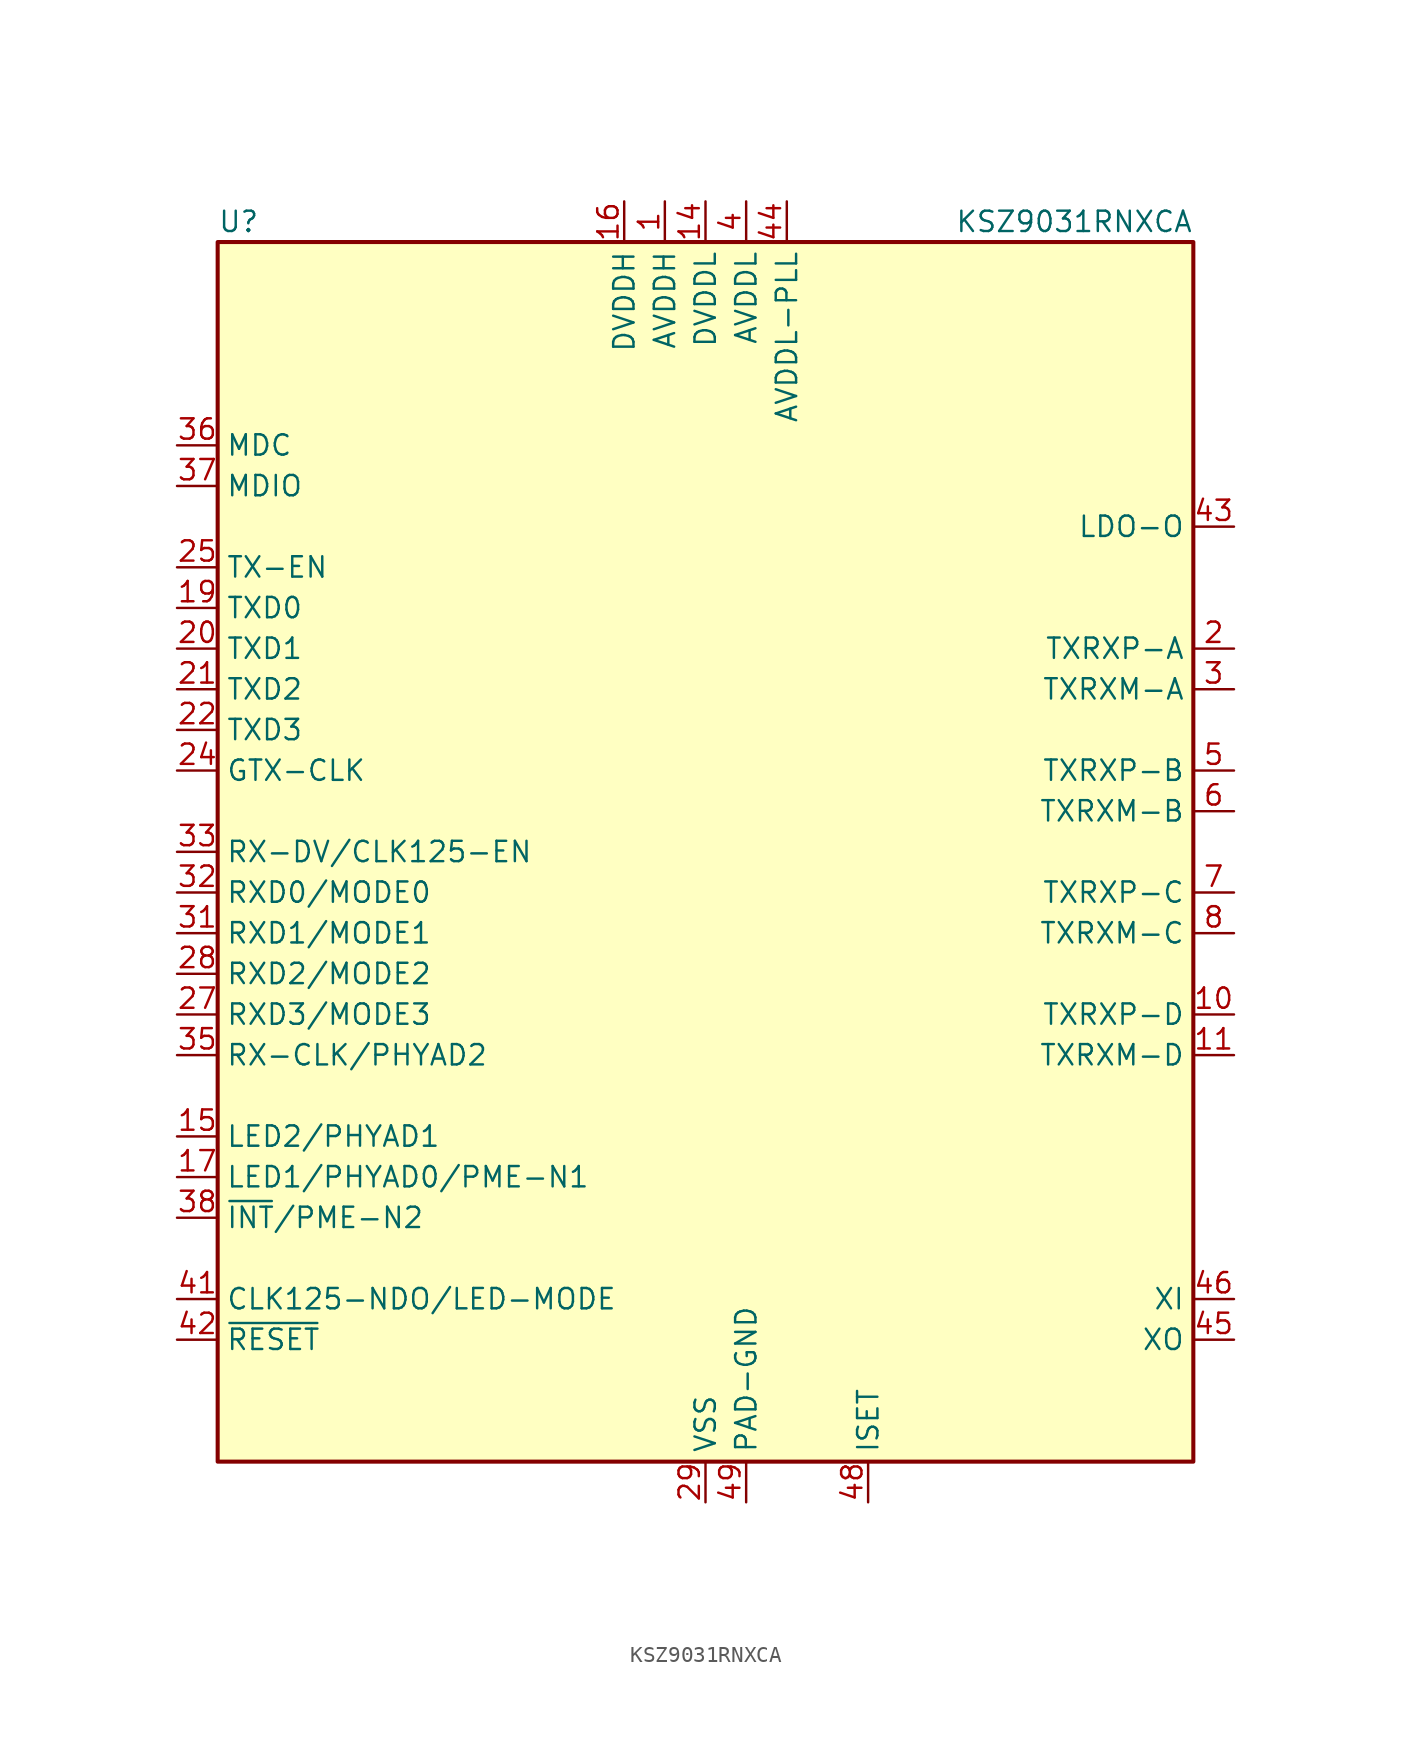
<source format=kicad_sym>
(kicad_symbol_lib
  (version 20211014)
  (generator kicad_symbol_editor)
  (symbol "KSZ9031RNXCA"
    (property "Reference" "U"
      (at -30.48 39.37 0)
      (effects (font (size 1.27 1.27)) (justify left)))
    (property "Value" "KSZ9031RNXCA"
      (at 30.48 39.37 0)
      (effects (font (size 1.27 1.27)) (justify right)))
    (symbol "KSZ9031RNXCA_0_1"
      (rectangle (start -30.48 38.1) (end 30.48 -38.1) (stroke (width 0.254) (type default) (color 0 0 0 0)) (fill (type background))))
    (symbol "KSZ9031RNXCA_1_1"
      (pin power_in line (at -2.54 40.64 270) (length 2.54) (name "AVDDH" (effects (font (size 1.27 1.27)))) (number "1" (effects (font (size 1.27 1.27)))))
      (pin input line (at 33.02 -10.16 180) (length 2.54) (name "TXRXP-D" (effects (font (size 1.27 1.27)))) (number "10" (effects (font (size 1.27 1.27)))))
      (pin input line (at 33.02 -12.7 180) (length 2.54) (name "TXRXM-D" (effects (font (size 1.27 1.27)))) (number "11" (effects (font (size 1.27 1.27)))))
      (pin passive line (at -2.54 40.64 270) (length 2.54) hide (name "AVDDH" (effects (font (size 1.27 1.27)))) (number "12" (effects (font (size 1.27 1.27)))))
      (pin no_connect line (at -3.81 8.89 180) (length 2.54) hide (name "NC" (effects (font (size 1.27 1.27)))) (number "13" (effects (font (size 1.27 1.27)))))
      (pin power_in line (at 0 40.64 270) (length 2.54) (name "DVDDL" (effects (font (size 1.27 1.27)))) (number "14" (effects (font (size 1.27 1.27)))))
      (pin bidirectional line (at -33.02 -17.78 0) (length 2.54) (name "LED2/PHYAD1" (effects (font (size 1.27 1.27)))) (number "15" (effects (font (size 1.27 1.27)))))
      (pin power_in line (at -5.08 40.64 270) (length 2.54) (name "DVDDH" (effects (font (size 1.27 1.27)))) (number "16" (effects (font (size 1.27 1.27)))))
      (pin bidirectional line (at -33.02 -20.32 0) (length 2.54) (name "LED1/PHYAD0/PME-N1" (effects (font (size 1.27 1.27)))) (number "17" (effects (font (size 1.27 1.27)))))
      (pin passive line (at 0 40.64 270) (length 2.54) hide (name "DVDDL" (effects (font (size 1.27 1.27)))) (number "18" (effects (font (size 1.27 1.27)))))
      (pin input line (at -33.02 15.24 0) (length 2.54) (name "TXD0" (effects (font (size 1.27 1.27)))) (number "19" (effects (font (size 1.27 1.27)))))
      (pin input line (at 33.02 12.7 180) (length 2.54) (name "TXRXP-A" (effects (font (size 1.27 1.27)))) (number "2" (effects (font (size 1.27 1.27)))))
      (pin input line (at -33.02 12.7 0) (length 2.54) (name "TXD1" (effects (font (size 1.27 1.27)))) (number "20" (effects (font (size 1.27 1.27)))))
      (pin input line (at -33.02 10.16 0) (length 2.54) (name "TXD2" (effects (font (size 1.27 1.27)))) (number "21" (effects (font (size 1.27 1.27)))))
      (pin input line (at -33.02 7.62 0) (length 2.54) (name "TXD3" (effects (font (size 1.27 1.27)))) (number "22" (effects (font (size 1.27 1.27)))))
      (pin passive line (at 0 40.64 270) (length 2.54) hide (name "DVDDL" (effects (font (size 1.27 1.27)))) (number "23" (effects (font (size 1.27 1.27)))))
      (pin input line (at -33.02 5.08 0) (length 2.54) (name "GTX-CLK" (effects (font (size 1.27 1.27)))) (number "24" (effects (font (size 1.27 1.27)))))
      (pin input line (at -33.02 17.78 0) (length 2.54) (name "TX-EN" (effects (font (size 1.27 1.27)))) (number "25" (effects (font (size 1.27 1.27)))))
      (pin passive line (at 0 40.64 270) (length 2.54) hide (name "DVDDL" (effects (font (size 1.27 1.27)))) (number "26" (effects (font (size 1.27 1.27)))))
      (pin input line (at -33.02 -10.16 0) (length 2.54) (name "RXD3/MODE3" (effects (font (size 1.27 1.27)))) (number "27" (effects (font (size 1.27 1.27)))))
      (pin input line (at -33.02 -7.62 0) (length 2.54) (name "RXD2/MODE2" (effects (font (size 1.27 1.27)))) (number "28" (effects (font (size 1.27 1.27)))))
      (pin power_in line (at 0 -40.64 90) (length 2.54) (name "VSS" (effects (font (size 1.27 1.27)))) (number "29" (effects (font (size 1.27 1.27)))))
      (pin input line (at 33.02 10.16 180) (length 2.54) (name "TXRXM-A" (effects (font (size 1.27 1.27)))) (number "3" (effects (font (size 1.27 1.27)))))
      (pin passive line (at 0 40.64 270) (length 2.54) hide (name "DVDDL" (effects (font (size 1.27 1.27)))) (number "30" (effects (font (size 1.27 1.27)))))
      (pin input line (at -33.02 -5.08 0) (length 2.54) (name "RXD1/MODE1" (effects (font (size 1.27 1.27)))) (number "31" (effects (font (size 1.27 1.27)))))
      (pin input line (at -33.02 -2.54 0) (length 2.54) (name "RXD0/MODE0" (effects (font (size 1.27 1.27)))) (number "32" (effects (font (size 1.27 1.27)))))
      (pin input line (at -33.02 0 0) (length 2.54) (name "RX-DV/CLK125-EN" (effects (font (size 1.27 1.27)))) (number "33" (effects (font (size 1.27 1.27)))))
      (pin passive line (at -5.08 40.64 270) (length 2.54) hide (name "DVDDH" (effects (font (size 1.27 1.27)))) (number "34" (effects (font (size 1.27 1.27)))))
      (pin input line (at -33.02 -12.7 0) (length 2.54) (name "RX-CLK/PHYAD2" (effects (font (size 1.27 1.27)))) (number "35" (effects (font (size 1.27 1.27)))))
      (pin input line (at -33.02 25.4 0) (length 2.54) (name "MDC" (effects (font (size 1.27 1.27)))) (number "36" (effects (font (size 1.27 1.27)))))
      (pin input line (at -33.02 22.86 0) (length 2.54) (name "MDIO" (effects (font (size 1.27 1.27)))) (number "37" (effects (font (size 1.27 1.27)))))
      (pin input line (at -33.02 -22.86 0) (length 2.54) (name "~{INT}/PME-N2" (effects (font (size 1.27 1.27)))) (number "38" (effects (font (size 1.27 1.27)))))
      (pin passive line (at 0 40.64 270) (length 2.54) hide (name "DVDDL" (effects (font (size 1.27 1.27)))) (number "39" (effects (font (size 1.27 1.27)))))
      (pin power_in line (at 2.54 40.64 270) (length 2.54) (name "AVDDL" (effects (font (size 1.27 1.27)))) (number "4" (effects (font (size 1.27 1.27)))))
      (pin passive line (at -5.08 40.64 270) (length 2.54) hide (name "DVDDH" (effects (font (size 1.27 1.27)))) (number "40" (effects (font (size 1.27 1.27)))))
      (pin input line (at -33.02 -27.94 0) (length 2.54) (name "CLK125-NDO/LED-MODE" (effects (font (size 1.27 1.27)))) (number "41" (effects (font (size 1.27 1.27)))))
      (pin input line (at -33.02 -30.48 0) (length 2.54) (name "~{RESET}" (effects (font (size 1.27 1.27)))) (number "42" (effects (font (size 1.27 1.27)))))
      (pin output line (at 33.02 20.32 180) (length 2.54) (name "LDO-O" (effects (font (size 1.27 1.27)))) (number "43" (effects (font (size 1.27 1.27)))))
      (pin power_in line (at 5.08 40.64 270) (length 2.54) (name "AVDDL-PLL" (effects (font (size 1.27 1.27)))) (number "44" (effects (font (size 1.27 1.27)))))
      (pin output line (at 33.02 -30.48 180) (length 2.54) (name "XO" (effects (font (size 1.27 1.27)))) (number "45" (effects (font (size 1.27 1.27)))))
      (pin input line (at 33.02 -27.94 180) (length 2.54) (name "XI" (effects (font (size 1.27 1.27)))) (number "46" (effects (font (size 1.27 1.27)))))
      (pin no_connect line (at -3.81 6.35 180) (length 2.54) hide (name "NC" (effects (font (size 1.27 1.27)))) (number "47" (effects (font (size 1.27 1.27)))))
      (pin output line (at 10.16 -40.64 90) (length 2.54) (name "ISET" (effects (font (size 1.27 1.27)))) (number "48" (effects (font (size 1.27 1.27)))))
      (pin power_in line (at 2.54 -40.64 90) (length 2.54) (name "PAD-GND" (effects (font (size 1.27 1.27)))) (number "49" (effects (font (size 1.27 1.27)))))
      (pin input line (at 33.02 5.08 180) (length 2.54) (name "TXRXP-B" (effects (font (size 1.27 1.27)))) (number "5" (effects (font (size 1.27 1.27)))))
      (pin input line (at 33.02 2.54 180) (length 2.54) (name "TXRXM-B" (effects (font (size 1.27 1.27)))) (number "6" (effects (font (size 1.27 1.27)))))
      (pin input line (at 33.02 -2.54 180) (length 2.54) (name "TXRXP-C" (effects (font (size 1.27 1.27)))) (number "7" (effects (font (size 1.27 1.27)))))
      (pin input line (at 33.02 -5.08 180) (length 2.54) (name "TXRXM-C" (effects (font (size 1.27 1.27)))) (number "8" (effects (font (size 1.27 1.27)))))
      (pin passive line (at 2.54 40.64 270) (length 2.54) hide (name "AVDDL" (effects (font (size 1.27 1.27)))) (number "9" (effects (font (size 1.27 1.27))))))))
</source>
